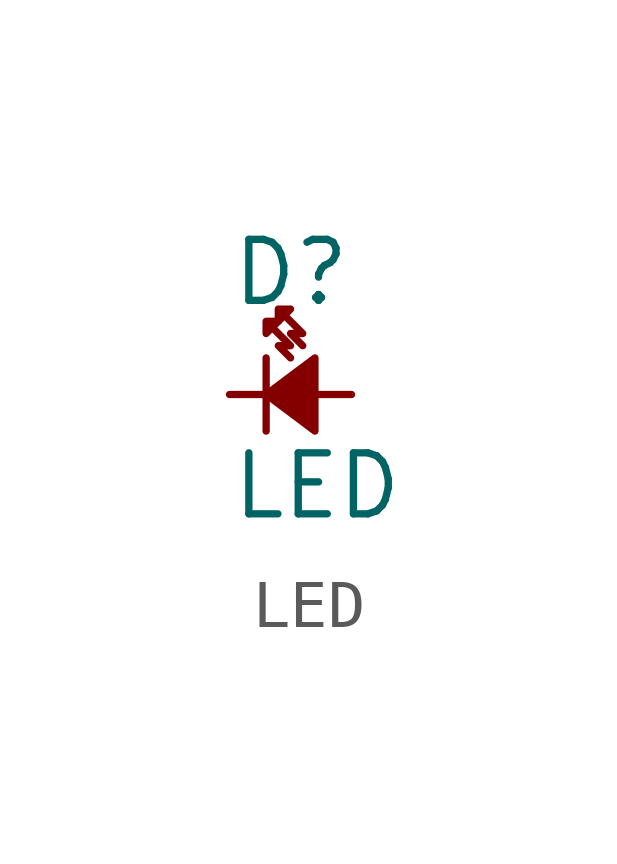
<source format=kicad_sym>
(kicad_symbol_lib
  (version 20211014)
  (generator kicad_symbol_editor)
  (symbol "LED"
    (pin_numbers hide)
    (pin_names
      (offset 1.016) hide)
    (property "Reference" "D"
      (at 0 2.54 0)
      (effects (font (size 1.27 1.27)) (justify left)))
    (property "Value" "LED"
      (at 0 -1.905 0)
      (effects (font (size 1.27 1.27)) (justify left)))
    (symbol "LED_0_1"
      (polyline (pts (xy 0.762 0.762) (xy 0.762 -0.762)) (stroke (width 0) (type default) (color 0 0 0 0)) (fill (type none)))
      (polyline (pts (xy 0.762 0) (xy 1.778 0.762) (xy 1.778 -0.762) (xy 0.762 0)) (stroke (width 0) (type default) (color 0 0 0 0)) (fill (type outline)))
      (polyline (pts (xy 1.524 1.016) (xy 1.27 1.27) (xy 1.524 1.27) (xy 1.016 1.778) (xy 1.016 1.524) (xy 1.27 1.778) (xy 1.016 1.778)) (stroke (width 0) (type default) (color 0 0 0 0)) (fill (type none)))
      (polyline (pts (xy 1.27 0.762) (xy 1.016 1.016) (xy 1.27 1.016) (xy 1.016 1.27) (xy 0.762 1.524) (xy 0.762 1.27) (xy 1.016 1.524) (xy 0.762 1.524)) (stroke (width 0) (type default) (color 0 0 0 0)) (fill (type none))))
    (symbol "LED_1_1"
      (pin passive line (at 0 0 0) (length 0.762) (name "~" (effects (font (size 1.27 1.27)))) (number "1" (effects (font (size 1.27 1.27)))))
      (pin passive line (at 2.54 0 180) (length 0.762) (name "~" (effects (font (size 1.27 1.27)))) (number "2" (effects (font (size 1.27 1.27))))))))
</source>
